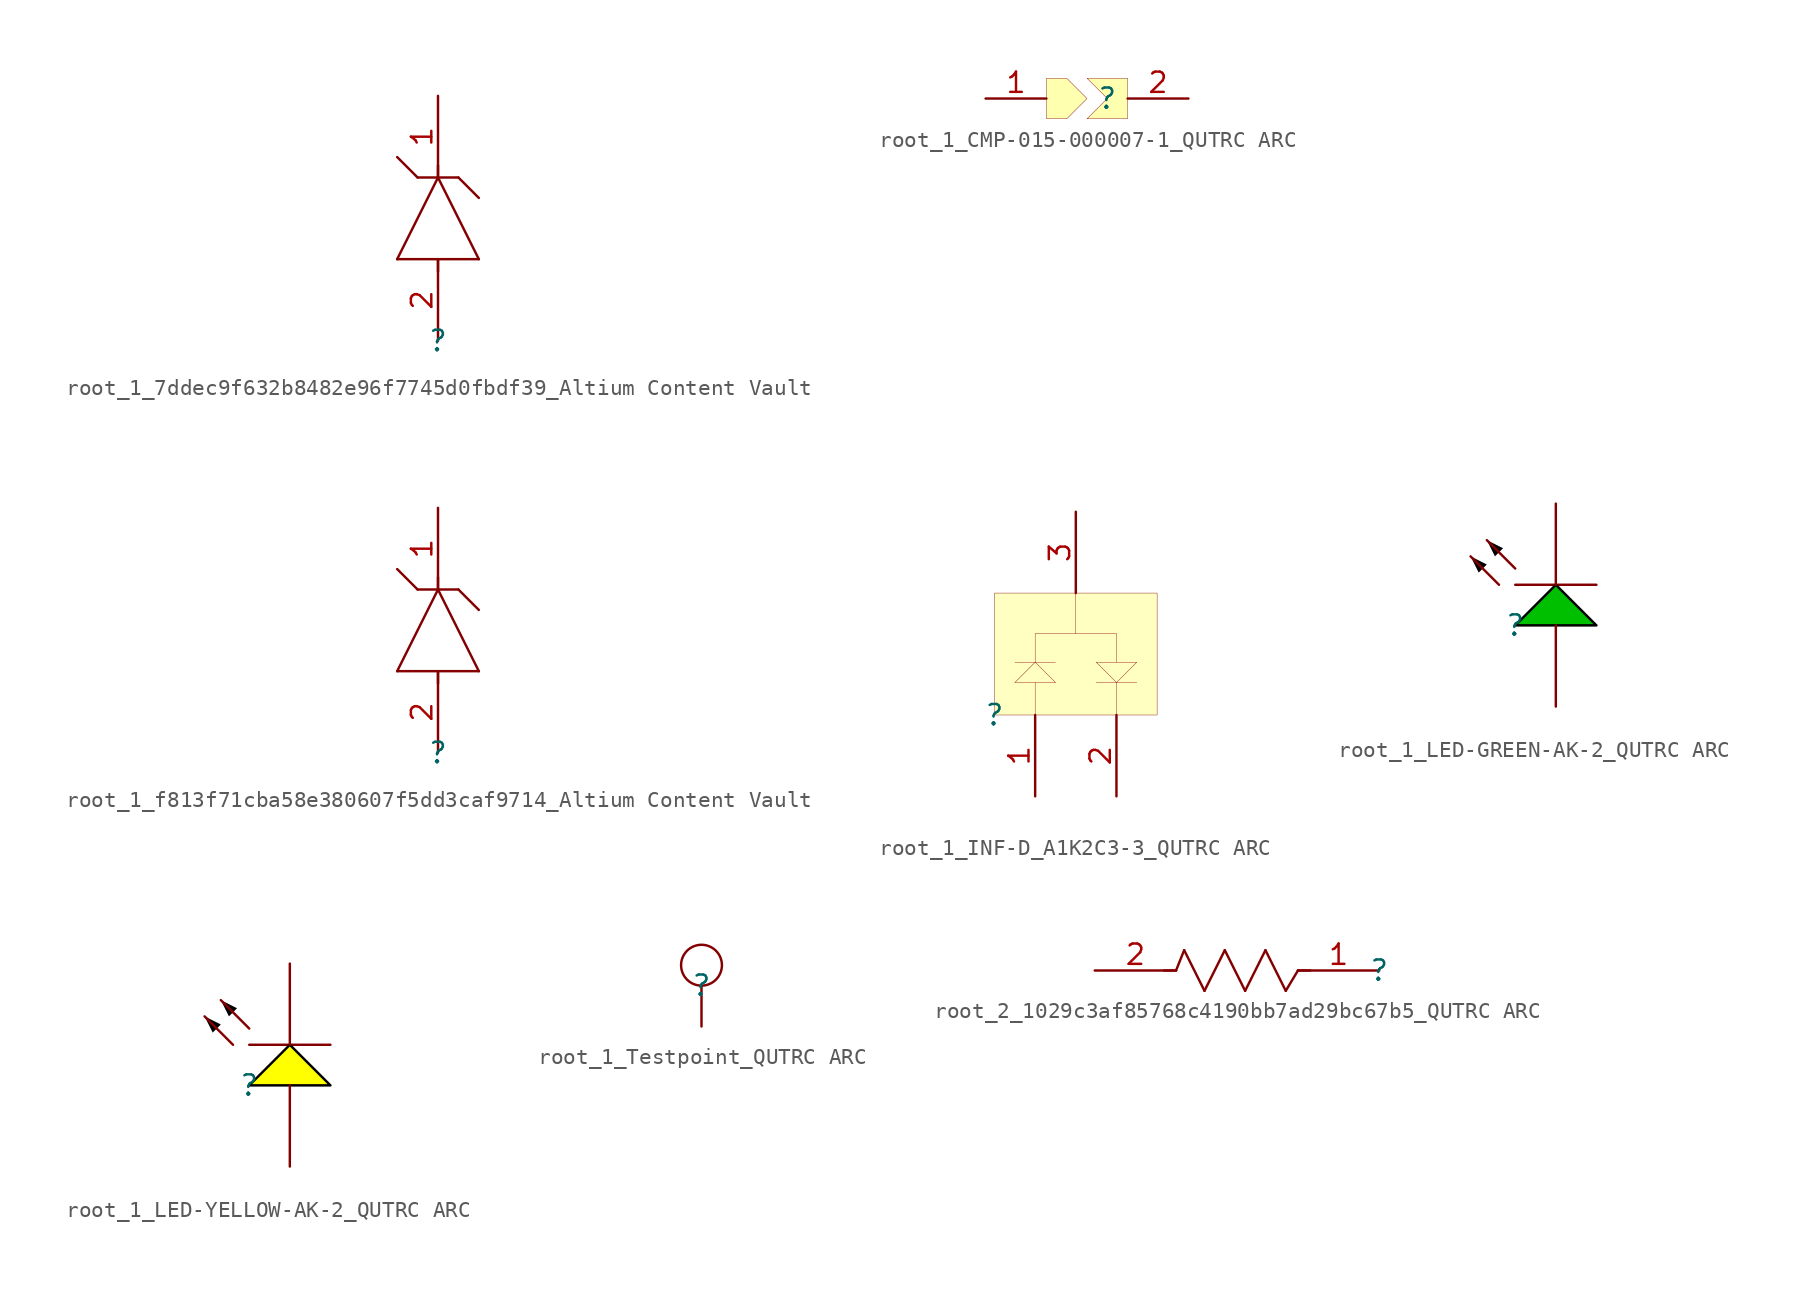
<source format=kicad_sym>
(kicad_symbol_lib
  (version 20241209)
  (generator "kicad_symbol_editor")
  (generator_version "9.99")
  (symbol "root_1_7ddec9f632b8482e96f7745d0fbdf39_Altium Content Vault"
    (pin_names
      (hide yes))
    (property "Reference" ""
      (at 0 0 0)
      (effects (font (size 1.27 1.27))))
    (property "Value" ""
      (at 0 0 0)
      (effects (font (size 1.27 1.27))))
    (symbol "root_1_7ddec9f632b8482e96f7745d0fbdf39_Altium Content Vault_1_0"
      (polyline (pts (xy -2.54 5.08) (xy 0 10.16)) (stroke (width 0) (type solid)) (fill (type none)))
      (polyline (pts (xy -2.54 5.08) (xy 2.54 5.08)) (stroke (width 0) (type solid)) (fill (type none)))
      (polyline (pts (xy -1.27 10.16) (xy -2.54 11.43)) (stroke (width 0) (type solid)) (fill (type none)))
      (polyline (pts (xy -1.27 10.16) (xy 1.27 10.16)) (stroke (width 0) (type solid)) (fill (type none)))
      (polyline (pts (xy 0 10.16) (xy 0 10.922)) (stroke (width 0) (type solid)) (fill (type none)))
      (polyline (pts (xy 0 5.08) (xy 0 4.318)) (stroke (width 0) (type solid)) (fill (type none)))
      (polyline (pts (xy 1.27 10.16) (xy 2.54 8.89)) (stroke (width 0) (type solid)) (fill (type none)))
      (polyline (pts (xy 2.54 5.08) (xy 0 10.16)) (stroke (width 0) (type solid)) (fill (type none)))
      (pin passive line (at 0 15.24 270) (length 5.08) (name "K" (effects (font (size 1.27 1.27)))) (number "1" (effects (font (size 1.27 1.27)))))
      (pin passive line (at 0 0 90) (length 5.08) (name "A" (effects (font (size 1.27 1.27)))) (number "2" (effects (font (size 1.27 1.27)))))))
  (symbol "root_1_CMP-015-000007-1_QUTRC ARC"
    (pin_names
      (hide yes))
    (property "Reference" ""
      (at 0 0 0)
      (effects (font (size 1.27 1.27))))
    (property "Value" ""
      (at 0 0 0)
      (effects (font (size 1.27 1.27))))
    (symbol "root_1_CMP-015-000007-1_QUTRC ARC_1_0"
      (polyline (pts (xy -3.81 -1.27) (xy -3.81 1.27) (xy -2.54 1.27) (xy -1.27 0) (xy -2.54 -1.27) (xy -3.81 -1.27)) (stroke (width 0.025) (type solid) (color 128 0 0 1)) (fill (type color) (color 255 255 176 1)))
      (polyline (pts (xy -1.27 1.27) (xy 0 0) (xy -1.27 -1.27) (xy 1.27 -1.27) (xy 1.27 1.27) (xy -1.27 1.27)) (stroke (width 0.025) (type solid) (color 128 0 0 1)) (fill (type color) (color 255 255 176 1)))
      (pin passive line (at -7.62 0 0) (length 3.81) (name "1" (effects (font (size 1.27 1.27)))) (number "1" (effects (font (size 1.27 1.27)))))
      (pin passive line (at 5.08 0 180) (length 3.81) (name "2" (effects (font (size 1.27 1.27)))) (number "2" (effects (font (size 1.27 1.27)))))))
  (symbol "root_1_f813f71cba58e380607f5dd3caf9714_Altium Content Vault"
    (pin_names
      (hide yes))
    (property "Reference" ""
      (at 0 0 0)
      (effects (font (size 1.27 1.27))))
    (property "Value" ""
      (at 0 0 0)
      (effects (font (size 1.27 1.27))))
    (symbol "root_1_f813f71cba58e380607f5dd3caf9714_Altium Content Vault_1_0"
      (polyline (pts (xy -2.54 5.08) (xy 0 10.16)) (stroke (width 0) (type solid)) (fill (type none)))
      (polyline (pts (xy -2.54 5.08) (xy 2.54 5.08)) (stroke (width 0) (type solid)) (fill (type none)))
      (polyline (pts (xy -1.27 10.16) (xy -2.54 11.43)) (stroke (width 0) (type solid)) (fill (type none)))
      (polyline (pts (xy -1.27 10.16) (xy 1.27 10.16)) (stroke (width 0) (type solid)) (fill (type none)))
      (polyline (pts (xy 0 10.16) (xy 0 10.922)) (stroke (width 0) (type solid)) (fill (type none)))
      (polyline (pts (xy 0 5.08) (xy 0 4.318)) (stroke (width 0) (type solid)) (fill (type none)))
      (polyline (pts (xy 1.27 10.16) (xy 2.54 8.89)) (stroke (width 0) (type solid)) (fill (type none)))
      (polyline (pts (xy 2.54 5.08) (xy 0 10.16)) (stroke (width 0) (type solid)) (fill (type none)))
      (pin passive line (at 0 15.24 270) (length 5.08) (name "C" (effects (font (size 1.27 1.27)))) (number "1" (effects (font (size 1.27 1.27)))))
      (pin passive line (at 0 0 90) (length 5.08) (name "A" (effects (font (size 1.27 1.27)))) (number "2" (effects (font (size 1.27 1.27)))))))
  (symbol "root_1_INF-D_A1K2C3-3_QUTRC ARC"
    (pin_names
      (hide yes))
    (property "Reference" ""
      (at 0 0 0)
      (effects (font (size 1.27 1.27))))
    (property "Value" ""
      (at 0 0 0)
      (effects (font (size 1.27 1.27))))
    (symbol "root_1_INF-D_A1K2C3-3_QUTRC ARC_1_0"
      (polyline (pts (xy 1.27 3.302) (xy 3.81 3.302)) (stroke (width 0.025) (type solid)) (fill (type none)))
      (polyline (pts (xy 1.27 2.032) (xy 3.81 2.032)) (stroke (width 0.025) (type solid)) (fill (type none)))
      (polyline (pts (xy 2.54 5.08) (xy 7.62 5.08)) (stroke (width 0.025) (type solid)) (fill (type none)))
      (polyline (pts (xy 2.54 3.302) (xy 1.27 2.032)) (stroke (width 0.025) (type solid)) (fill (type none)))
      (polyline (pts (xy 2.54 3.302) (xy 2.54 5.08)) (stroke (width 0.025) (type solid)) (fill (type none)))
      (polyline (pts (xy 2.54 3.302) (xy 3.81 2.032)) (stroke (width 0.025) (type solid)) (fill (type none)))
      (polyline (pts (xy 2.54 0) (xy 2.54 2.032)) (stroke (width 0.025) (type solid)) (fill (type none)))
      (polyline (pts (xy 5.08 5.08) (xy 5.08 7.62)) (stroke (width 0.025) (type solid)) (fill (type none)))
      (polyline (pts (xy 6.35 3.302) (xy 8.89 3.302)) (stroke (width 0.025) (type solid)) (fill (type none)))
      (polyline (pts (xy 6.35 2.032) (xy 8.89 2.032)) (stroke (width 0.025) (type solid)) (fill (type none)))
      (polyline (pts (xy 7.62 3.302) (xy 7.62 5.08)) (stroke (width 0.025) (type solid)) (fill (type none)))
      (polyline (pts (xy 7.62 2.032) (xy 6.35 3.302)) (stroke (width 0.025) (type solid)) (fill (type none)))
      (polyline (pts (xy 7.62 2.032) (xy 8.89 3.302)) (stroke (width 0.025) (type solid)) (fill (type none)))
      (polyline (pts (xy 7.62 0) (xy 7.62 2.032)) (stroke (width 0.025) (type solid)) (fill (type none)))
      (rectangle (start 10.16 7.62) (end 0 0) (stroke (width 0.025) (type solid) (color 128 0 0 1)) (fill (type background)))
      (pin passive line (at 2.54 -5.08 90) (length 5.08) (name "A1" (effects (font (size 1.27 1.27)))) (number "1" (effects (font (size 1.27 1.27)))))
      (pin passive line (at 5.08 12.7 270) (length 5.08) (name "C" (effects (font (size 1.27 1.27)))) (number "3" (effects (font (size 1.27 1.27)))))
      (pin passive line (at 7.62 -5.08 90) (length 5.08) (name "K2" (effects (font (size 1.27 1.27)))) (number "2" (effects (font (size 1.27 1.27)))))))
  (symbol "root_1_LED-GREEN-AK-2_QUTRC ARC"
    (pin_numbers
      (hide yes))
    (pin_names
      (hide yes))
    (property "Reference" ""
      (at 0 0 0)
      (effects (font (size 1.27 1.27))))
    (property "Value" ""
      (at 0 0 0)
      (effects (font (size 1.27 1.27))))
    (symbol "root_1_LED-GREEN-AK-2_QUTRC ARC_1_0"
      (polyline (pts (xy -2.794 4.318) (xy -2.286 3.302) (xy -1.778 3.81) (xy -2.794 4.318)) (stroke (width -0.0001) (type solid) (color 0 0 0 1)) (fill (type outline)))
      (polyline (pts (xy -1.778 5.334) (xy -1.27 4.318) (xy -0.762 4.826) (xy -1.778 5.334)) (stroke (width -0.0001) (type solid) (color 0 0 0 1)) (fill (type outline)))
      (polyline (pts (xy -1.016 2.54) (xy -2.794 4.318)) (stroke (width 0) (type solid)) (fill (type none)))
      (polyline (pts (xy 0 3.556) (xy -1.778 5.334)) (stroke (width 0) (type solid)) (fill (type none)))
      (polyline (pts (xy 0 2.54) (xy 5.08 2.54)) (stroke (width 0) (type solid)) (fill (type none)))
      (polyline (pts (xy 5.08 0) (xy 2.54 2.54) (xy 0 0) (xy 5.08 0)) (stroke (width 0) (type solid) (color 0 0 0 1)) (fill (type color) (color 0 191 0 1)))
      (pin passive line (at 2.54 7.62 270) (length 5.08) (name "K" (effects (font (size 1.27 1.27)))) (number "2" (effects (font (size 1.27 1.27)))))
      (pin passive line (at 2.54 -5.08 90) (length 5.08) (name "A" (effects (font (size 1.27 1.27)))) (number "1" (effects (font (size 1.27 1.27)))))))
  (symbol "root_1_LED-YELLOW-AK-2_QUTRC ARC"
    (pin_numbers
      (hide yes))
    (pin_names
      (hide yes))
    (property "Reference" ""
      (at 0 0 0)
      (effects (font (size 1.27 1.27))))
    (property "Value" ""
      (at 0 0 0)
      (effects (font (size 1.27 1.27))))
    (symbol "root_1_LED-YELLOW-AK-2_QUTRC ARC_1_0"
      (polyline (pts (xy -2.794 4.318) (xy -2.286 3.302) (xy -1.778 3.81) (xy -2.794 4.318)) (stroke (width -0.0001) (type solid) (color 0 0 0 1)) (fill (type outline)))
      (polyline (pts (xy -1.778 5.334) (xy -1.27 4.318) (xy -0.762 4.826) (xy -1.778 5.334)) (stroke (width -0.0001) (type solid) (color 0 0 0 1)) (fill (type outline)))
      (polyline (pts (xy -1.016 2.54) (xy -2.794 4.318)) (stroke (width 0) (type solid)) (fill (type none)))
      (polyline (pts (xy 0 3.556) (xy -1.778 5.334)) (stroke (width 0) (type solid)) (fill (type none)))
      (polyline (pts (xy 0 2.54) (xy 5.08 2.54)) (stroke (width 0) (type solid)) (fill (type none)))
      (polyline (pts (xy 5.08 0) (xy 2.54 2.54) (xy 0 0) (xy 5.08 0)) (stroke (width 0) (type solid) (color 0 0 0 1)) (fill (type color) (color 255 255 0 1)))
      (pin passive line (at 2.54 7.62 270) (length 5.08) (name "K" (effects (font (size 1.27 1.27)))) (number "2" (effects (font (size 1.27 1.27)))))
      (pin passive line (at 2.54 -5.08 90) (length 5.08) (name "A" (effects (font (size 1.27 1.27)))) (number "1" (effects (font (size 1.27 1.27)))))))
  (symbol "root_1_Testpoint_QUTRC ARC"
    (pin_numbers
      (hide yes))
    (pin_names
      (hide yes))
    (property "Reference" ""
      (at 0 0 0)
      (effects (font (size 1.27 1.27))))
    (property "Value" ""
      (at 0 0 0)
      (effects (font (size 1.27 1.27))))
    (symbol "root_1_Testpoint_QUTRC ARC_1_0"
      (circle (center 0 1.27) (radius 1.27) (stroke (width 0) (type solid)) (fill (type none)))
      (pin passive line (at 0 -2.54 90) (length 2.54) (name "1" (effects (font (size 1.27 1.27)))) (number "1" (effects (font (size 1.27 1.27)))))))
  (symbol "root_2_1029c3af85768c4190bb7ad29bc67b5_QUTRC ARC"
    (pin_names
      (hide yes))
    (property "Reference" ""
      (at 0 0 0)
      (effects (font (size 1.27 1.27))))
    (property "Value" ""
      (at 0 0 0)
      (effects (font (size 1.27 1.27))))
    (symbol "root_2_1029c3af85768c4190bb7ad29bc67b5_QUTRC ARC_1_0"
      (polyline (pts (xy -12.7 0) (xy -13.462 0)) (stroke (width 0) (type solid)) (fill (type none)))
      (polyline (pts (xy -12.192 1.27) (xy -12.7 0)) (stroke (width 0) (type solid)) (fill (type none)))
      (polyline (pts (xy -10.922 -1.27) (xy -12.192 1.27)) (stroke (width 0) (type solid)) (fill (type none)))
      (polyline (pts (xy -9.652 1.27) (xy -10.922 -1.27)) (stroke (width 0) (type solid)) (fill (type none)))
      (polyline (pts (xy -8.382 -1.27) (xy -9.652 1.27)) (stroke (width 0) (type solid)) (fill (type none)))
      (polyline (pts (xy -7.112 1.27) (xy -8.382 -1.27)) (stroke (width 0) (type solid)) (fill (type none)))
      (polyline (pts (xy -5.842 -1.27) (xy -7.112 1.27)) (stroke (width 0) (type solid)) (fill (type none)))
      (polyline (pts (xy -5.08 0) (xy -5.842 -1.27)) (stroke (width 0) (type solid)) (fill (type none)))
      (polyline (pts (xy -5.08 0) (xy -4.318 0)) (stroke (width 0) (type solid)) (fill (type none)))
      (pin passive line (at -17.78 0 0) (length 5.08) (name "2" (effects (font (size 1.27 1.27)))) (number "2" (effects (font (size 1.27 1.27)))))
      (pin passive line (at 0 0 180) (length 5.08) (name "1" (effects (font (size 1.27 1.27)))) (number "1" (effects (font (size 1.27 1.27))))))))
</source>
